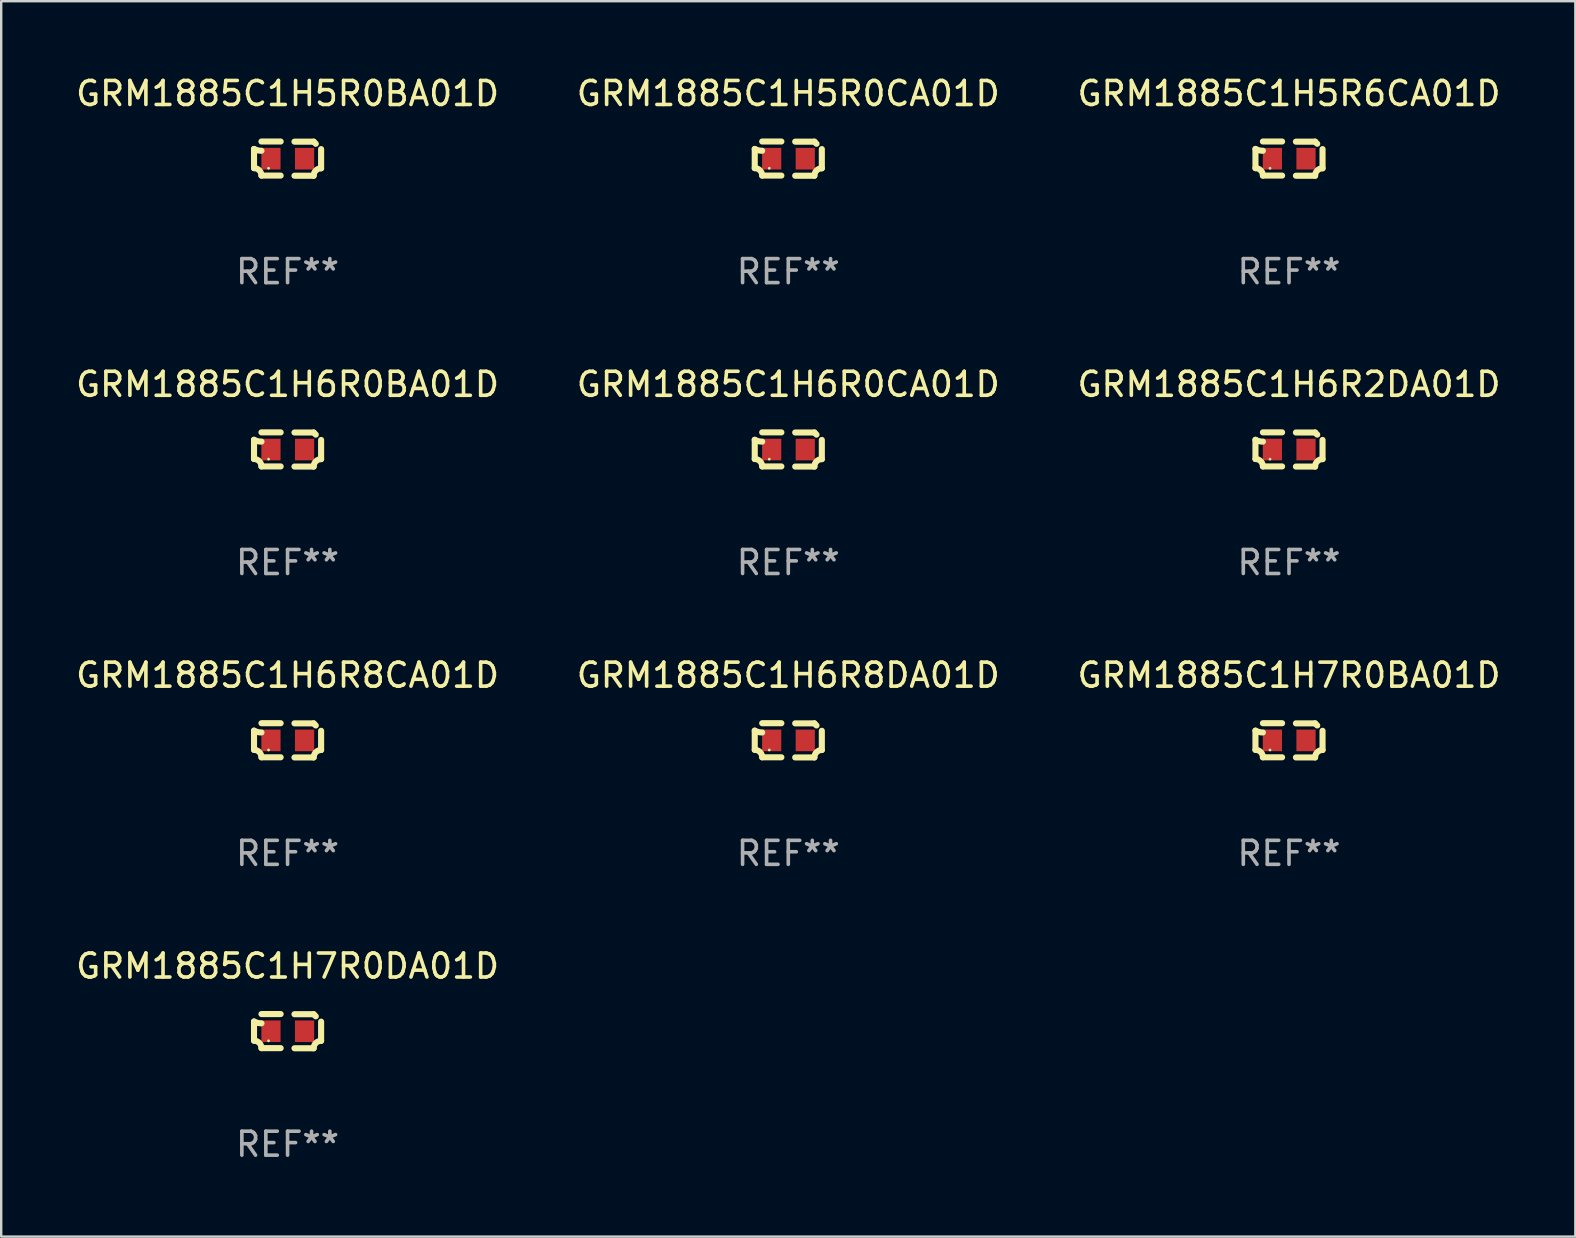
<source format=kicad_pcb>
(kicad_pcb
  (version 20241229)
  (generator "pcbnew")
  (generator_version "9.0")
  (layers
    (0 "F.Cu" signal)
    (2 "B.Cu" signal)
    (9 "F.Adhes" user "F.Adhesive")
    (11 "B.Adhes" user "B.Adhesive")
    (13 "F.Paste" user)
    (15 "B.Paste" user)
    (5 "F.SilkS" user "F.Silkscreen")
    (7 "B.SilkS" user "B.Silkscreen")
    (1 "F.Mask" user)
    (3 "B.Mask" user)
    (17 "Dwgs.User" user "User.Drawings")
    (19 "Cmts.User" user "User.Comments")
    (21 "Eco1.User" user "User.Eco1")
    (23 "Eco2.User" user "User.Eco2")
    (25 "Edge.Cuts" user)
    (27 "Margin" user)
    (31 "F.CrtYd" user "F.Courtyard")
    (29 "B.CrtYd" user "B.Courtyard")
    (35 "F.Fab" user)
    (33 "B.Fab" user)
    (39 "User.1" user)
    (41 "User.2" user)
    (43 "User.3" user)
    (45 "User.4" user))
  (footprint "GRM1885C1H6R0BA01D"
    (layer "F.Cu")
    (at 8.935 15.683)
    (property "Reference" "GRM1885C1H6R0BA01D" (at 0 -2.713 0) (layer "F.SilkS") (effects (font (size 1 1) (thickness 0.15))))
    (attr through_hole)
    (fp_line (start -1.398 -0.403) (end -1.398 0.397) (stroke (width 0.254) (type solid)) (layer "F.SilkS"))
    (fp_line (start -0.288 -0.713) (end -1.088 -0.713) (stroke (width 0.254) (type solid)) (layer "F.SilkS"))
    (fp_line (start -0.288 0.707) (end -1.088 0.707) (stroke (width 0.254) (type solid)) (layer "F.SilkS"))
    (fp_line (start 0.288 -0.707) (end 1.088 -0.707) (stroke (width 0.254) (type solid)) (layer "F.SilkS"))
    (fp_line (start 0.288 0.713) (end 1.088 0.713) (stroke (width 0.254) (type solid)) (layer "F.SilkS"))
    (fp_line (start 1.398 -0.397) (end 1.398 0.403) (stroke (width 0.254) (type solid)) (layer "F.SilkS"))
    (fp_arc (start -1.397789 0.397066) (mid -1.178701 0.487826) (end -1.08796 0.706922) (stroke (width 0.254001) (type solid)) (layer "F.SilkS"))
    (fp_arc (start -1.08796 -0.327176) (mid -1.247436 -0.346384) (end -1.39779 -0.402908) (stroke (width 0.254001) (type solid)) (layer "F.SilkS"))
    (fp_arc (start 1.087909 0.712738) (mid 1.178656 0.493655) (end 1.397739 0.402908) (stroke (width 0.254001) (type solid)) (layer "F.SilkS"))
    (fp_arc (start 1.175925 -0.618926) (mid 1.131917 -0.662923) (end 1.08791 -0.706922) (stroke (width 0.254001) (type solid)) (layer "F.SilkS"))
    (fp_circle (center -0.792 0.403) (end -0.762 0.403) (stroke (width 0.06) (type solid)) (fill no) (layer "F.SilkS"))
    (fp_text user "REF**" (at 0 4.713 0) (layer "F.Fab") (effects (font (size 1 1) (thickness 0.15))))
    (pad "1" smd rect (at -0.692 0.003) (size 0.8 0.9) (layers "F.Cu" "F.Mask" "F.Paste"))
    (pad "2" smd rect (at 0.708 0.003) (size 0.8 0.9) (layers "F.Cu" "F.Mask" "F.Paste")))
  (footprint "GRM1885C1H6R2DA01D"
    (layer "F.Cu")
    (at 50.673 15.683)
    (property "Reference" "GRM1885C1H6R2DA01D" (at 0 -2.713 0) (layer "F.SilkS") (effects (font (size 1 1) (thickness 0.15))))
    (attr through_hole)
    (fp_line (start -1.398 -0.403) (end -1.398 0.397) (stroke (width 0.254) (type solid)) (layer "F.SilkS"))
    (fp_line (start -0.288 -0.713) (end -1.088 -0.713) (stroke (width 0.254) (type solid)) (layer "F.SilkS"))
    (fp_line (start -0.288 0.707) (end -1.088 0.707) (stroke (width 0.254) (type solid)) (layer "F.SilkS"))
    (fp_line (start 0.288 -0.707) (end 1.088 -0.707) (stroke (width 0.254) (type solid)) (layer "F.SilkS"))
    (fp_line (start 0.288 0.713) (end 1.088 0.713) (stroke (width 0.254) (type solid)) (layer "F.SilkS"))
    (fp_line (start 1.398 -0.397) (end 1.398 0.403) (stroke (width 0.254) (type solid)) (layer "F.SilkS"))
    (fp_arc (start -1.397789 0.397066) (mid -1.178701 0.487826) (end -1.08796 0.706922) (stroke (width 0.254001) (type solid)) (layer "F.SilkS"))
    (fp_arc (start -1.08796 -0.327176) (mid -1.247436 -0.346384) (end -1.39779 -0.402908) (stroke (width 0.254001) (type solid)) (layer "F.SilkS"))
    (fp_arc (start 1.087909 0.712738) (mid 1.178656 0.493655) (end 1.397739 0.402908) (stroke (width 0.254001) (type solid)) (layer "F.SilkS"))
    (fp_arc (start 1.175925 -0.618926) (mid 1.131917 -0.662923) (end 1.08791 -0.706922) (stroke (width 0.254001) (type solid)) (layer "F.SilkS"))
    (fp_circle (center -0.792 0.403) (end -0.762 0.403) (stroke (width 0.06) (type solid)) (fill no) (layer "F.SilkS"))
    (fp_text user "REF**" (at 0 4.713 0) (layer "F.Fab") (effects (font (size 1 1) (thickness 0.15))))
    (pad "1" smd rect (at -0.692 0.003) (size 0.8 0.9) (layers "F.Cu" "F.Mask" "F.Paste"))
    (pad "2" smd rect (at 0.708 0.003) (size 0.8 0.9) (layers "F.Cu" "F.Mask" "F.Paste")))
  (footprint "GRM1885C1H7R0DA01D"
    (layer "F.Cu")
    (at 8.935 39.927)
    (property "Reference" "GRM1885C1H7R0DA01D" (at 0 -2.713 0) (layer "F.SilkS") (effects (font (size 1 1) (thickness 0.15))))
    (attr through_hole)
    (fp_line (start -1.398 -0.403) (end -1.398 0.397) (stroke (width 0.254) (type solid)) (layer "F.SilkS"))
    (fp_line (start -0.288 -0.713) (end -1.088 -0.713) (stroke (width 0.254) (type solid)) (layer "F.SilkS"))
    (fp_line (start -0.288 0.707) (end -1.088 0.707) (stroke (width 0.254) (type solid)) (layer "F.SilkS"))
    (fp_line (start 0.288 -0.707) (end 1.088 -0.707) (stroke (width 0.254) (type solid)) (layer "F.SilkS"))
    (fp_line (start 0.288 0.713) (end 1.088 0.713) (stroke (width 0.254) (type solid)) (layer "F.SilkS"))
    (fp_line (start 1.398 -0.397) (end 1.398 0.403) (stroke (width 0.254) (type solid)) (layer "F.SilkS"))
    (fp_arc (start -1.397789 0.397066) (mid -1.178701 0.487826) (end -1.08796 0.706922) (stroke (width 0.254001) (type solid)) (layer "F.SilkS"))
    (fp_arc (start -1.08796 -0.327176) (mid -1.247436 -0.346384) (end -1.39779 -0.402908) (stroke (width 0.254001) (type solid)) (layer "F.SilkS"))
    (fp_arc (start 1.087909 0.712738) (mid 1.178656 0.493655) (end 1.397739 0.402908) (stroke (width 0.254001) (type solid)) (layer "F.SilkS"))
    (fp_arc (start 1.175925 -0.618926) (mid 1.131917 -0.662923) (end 1.08791 -0.706922) (stroke (width 0.254001) (type solid)) (layer "F.SilkS"))
    (fp_circle (center -0.792 0.403) (end -0.762 0.403) (stroke (width 0.06) (type solid)) (fill no) (layer "F.SilkS"))
    (fp_text user "REF**" (at 0 4.713 0) (layer "F.Fab") (effects (font (size 1 1) (thickness 0.15))))
    (pad "1" smd rect (at -0.692 0.003) (size 0.8 0.9) (layers "F.Cu" "F.Mask" "F.Paste"))
    (pad "2" smd rect (at 0.708 0.003) (size 0.8 0.9) (layers "F.Cu" "F.Mask" "F.Paste")))
  (footprint "GRM1885C1H5R6CA01D"
    (layer "F.Cu")
    (at 50.673 3.561)
    (property "Reference" "GRM1885C1H5R6CA01D" (at 0 -2.713 0) (layer "F.SilkS") (effects (font (size 1 1) (thickness 0.15))))
    (attr through_hole)
    (fp_line (start -1.398 -0.403) (end -1.398 0.397) (stroke (width 0.254) (type solid)) (layer "F.SilkS"))
    (fp_line (start -0.288 -0.713) (end -1.088 -0.713) (stroke (width 0.254) (type solid)) (layer "F.SilkS"))
    (fp_line (start -0.288 0.707) (end -1.088 0.707) (stroke (width 0.254) (type solid)) (layer "F.SilkS"))
    (fp_line (start 0.288 -0.707) (end 1.088 -0.707) (stroke (width 0.254) (type solid)) (layer "F.SilkS"))
    (fp_line (start 0.288 0.713) (end 1.088 0.713) (stroke (width 0.254) (type solid)) (layer "F.SilkS"))
    (fp_line (start 1.398 -0.397) (end 1.398 0.403) (stroke (width 0.254) (type solid)) (layer "F.SilkS"))
    (fp_arc (start -1.397789 0.397066) (mid -1.178701 0.487826) (end -1.08796 0.706922) (stroke (width 0.254001) (type solid)) (layer "F.SilkS"))
    (fp_arc (start -1.08796 -0.327176) (mid -1.247436 -0.346384) (end -1.39779 -0.402908) (stroke (width 0.254001) (type solid)) (layer "F.SilkS"))
    (fp_arc (start 1.087909 0.712738) (mid 1.178656 0.493655) (end 1.397739 0.402908) (stroke (width 0.254001) (type solid)) (layer "F.SilkS"))
    (fp_arc (start 1.175925 -0.618926) (mid 1.131917 -0.662923) (end 1.08791 -0.706922) (stroke (width 0.254001) (type solid)) (layer "F.SilkS"))
    (fp_circle (center -0.792 0.403) (end -0.762 0.403) (stroke (width 0.06) (type solid)) (fill no) (layer "F.SilkS"))
    (fp_text user "REF**" (at 0 4.713 0) (layer "F.Fab") (effects (font (size 1 1) (thickness 0.15))))
    (pad "1" smd rect (at -0.692 0.003) (size 0.8 0.9) (layers "F.Cu" "F.Mask" "F.Paste"))
    (pad "2" smd rect (at 0.708 0.003) (size 0.8 0.9) (layers "F.Cu" "F.Mask" "F.Paste")))
  (footprint "GRM1885C1H7R0BA01D"
    (layer "F.Cu")
    (at 50.673 27.805)
    (property "Reference" "GRM1885C1H7R0BA01D" (at 0 -2.713 0) (layer "F.SilkS") (effects (font (size 1 1) (thickness 0.15))))
    (attr through_hole)
    (fp_line (start -1.398 -0.403) (end -1.398 0.397) (stroke (width 0.254) (type solid)) (layer "F.SilkS"))
    (fp_line (start -0.288 -0.713) (end -1.088 -0.713) (stroke (width 0.254) (type solid)) (layer "F.SilkS"))
    (fp_line (start -0.288 0.707) (end -1.088 0.707) (stroke (width 0.254) (type solid)) (layer "F.SilkS"))
    (fp_line (start 0.288 -0.707) (end 1.088 -0.707) (stroke (width 0.254) (type solid)) (layer "F.SilkS"))
    (fp_line (start 0.288 0.713) (end 1.088 0.713) (stroke (width 0.254) (type solid)) (layer "F.SilkS"))
    (fp_line (start 1.398 -0.397) (end 1.398 0.403) (stroke (width 0.254) (type solid)) (layer "F.SilkS"))
    (fp_arc (start -1.397789 0.397066) (mid -1.178701 0.487826) (end -1.08796 0.706922) (stroke (width 0.254001) (type solid)) (layer "F.SilkS"))
    (fp_arc (start -1.08796 -0.327176) (mid -1.247436 -0.346384) (end -1.39779 -0.402908) (stroke (width 0.254001) (type solid)) (layer "F.SilkS"))
    (fp_arc (start 1.087909 0.712738) (mid 1.178656 0.493655) (end 1.397739 0.402908) (stroke (width 0.254001) (type solid)) (layer "F.SilkS"))
    (fp_arc (start 1.175925 -0.618926) (mid 1.131917 -0.662923) (end 1.08791 -0.706922) (stroke (width 0.254001) (type solid)) (layer "F.SilkS"))
    (fp_circle (center -0.792 0.403) (end -0.762 0.403) (stroke (width 0.06) (type solid)) (fill no) (layer "F.SilkS"))
    (fp_text user "REF**" (at 0 4.713 0) (layer "F.Fab") (effects (font (size 1 1) (thickness 0.15))))
    (pad "1" smd rect (at -0.692 0.003) (size 0.8 0.9) (layers "F.Cu" "F.Mask" "F.Paste"))
    (pad "2" smd rect (at 0.708 0.003) (size 0.8 0.9) (layers "F.Cu" "F.Mask" "F.Paste")))
  (footprint "GRM1885C1H6R8DA01D"
    (layer "F.Cu")
    (at 29.804 27.805)
    (property "Reference" "GRM1885C1H6R8DA01D" (at 0 -2.713 0) (layer "F.SilkS") (effects (font (size 1 1) (thickness 0.15))))
    (attr through_hole)
    (fp_line (start -1.398 -0.403) (end -1.398 0.397) (stroke (width 0.254) (type solid)) (layer "F.SilkS"))
    (fp_line (start -0.288 -0.713) (end -1.088 -0.713) (stroke (width 0.254) (type solid)) (layer "F.SilkS"))
    (fp_line (start -0.288 0.707) (end -1.088 0.707) (stroke (width 0.254) (type solid)) (layer "F.SilkS"))
    (fp_line (start 0.288 -0.707) (end 1.088 -0.707) (stroke (width 0.254) (type solid)) (layer "F.SilkS"))
    (fp_line (start 0.288 0.713) (end 1.088 0.713) (stroke (width 0.254) (type solid)) (layer "F.SilkS"))
    (fp_line (start 1.398 -0.397) (end 1.398 0.403) (stroke (width 0.254) (type solid)) (layer "F.SilkS"))
    (fp_arc (start -1.397789 0.397066) (mid -1.178701 0.487826) (end -1.08796 0.706922) (stroke (width 0.254001) (type solid)) (layer "F.SilkS"))
    (fp_arc (start -1.08796 -0.327176) (mid -1.247436 -0.346384) (end -1.39779 -0.402908) (stroke (width 0.254001) (type solid)) (layer "F.SilkS"))
    (fp_arc (start 1.087909 0.712738) (mid 1.178656 0.493655) (end 1.397739 0.402908) (stroke (width 0.254001) (type solid)) (layer "F.SilkS"))
    (fp_arc (start 1.175925 -0.618926) (mid 1.131917 -0.662923) (end 1.08791 -0.706922) (stroke (width 0.254001) (type solid)) (layer "F.SilkS"))
    (fp_circle (center -0.792 0.403) (end -0.762 0.403) (stroke (width 0.06) (type solid)) (fill no) (layer "F.SilkS"))
    (fp_text user "REF**" (at 0 4.713 0) (layer "F.Fab") (effects (font (size 1 1) (thickness 0.15))))
    (pad "1" smd rect (at -0.692 0.003) (size 0.8 0.9) (layers "F.Cu" "F.Mask" "F.Paste"))
    (pad "2" smd rect (at 0.708 0.003) (size 0.8 0.9) (layers "F.Cu" "F.Mask" "F.Paste")))
  (footprint "GRM1885C1H5R0CA01D"
    (layer "F.Cu")
    (at 29.804 3.561)
    (property "Reference" "GRM1885C1H5R0CA01D" (at 0 -2.713 0) (layer "F.SilkS") (effects (font (size 1 1) (thickness 0.15))))
    (attr through_hole)
    (fp_line (start -1.398 -0.403) (end -1.398 0.397) (stroke (width 0.254) (type solid)) (layer "F.SilkS"))
    (fp_line (start -0.288 -0.713) (end -1.088 -0.713) (stroke (width 0.254) (type solid)) (layer "F.SilkS"))
    (fp_line (start -0.288 0.707) (end -1.088 0.707) (stroke (width 0.254) (type solid)) (layer "F.SilkS"))
    (fp_line (start 0.288 -0.707) (end 1.088 -0.707) (stroke (width 0.254) (type solid)) (layer "F.SilkS"))
    (fp_line (start 0.288 0.713) (end 1.088 0.713) (stroke (width 0.254) (type solid)) (layer "F.SilkS"))
    (fp_line (start 1.398 -0.397) (end 1.398 0.403) (stroke (width 0.254) (type solid)) (layer "F.SilkS"))
    (fp_arc (start -1.397789 0.397066) (mid -1.178701 0.487826) (end -1.08796 0.706922) (stroke (width 0.254001) (type solid)) (layer "F.SilkS"))
    (fp_arc (start -1.08796 -0.327176) (mid -1.247436 -0.346384) (end -1.39779 -0.402908) (stroke (width 0.254001) (type solid)) (layer "F.SilkS"))
    (fp_arc (start 1.087909 0.712738) (mid 1.178656 0.493655) (end 1.397739 0.402908) (stroke (width 0.254001) (type solid)) (layer "F.SilkS"))
    (fp_arc (start 1.175925 -0.618926) (mid 1.131917 -0.662923) (end 1.08791 -0.706922) (stroke (width 0.254001) (type solid)) (layer "F.SilkS"))
    (fp_circle (center -0.792 0.403) (end -0.762 0.403) (stroke (width 0.06) (type solid)) (fill no) (layer "F.SilkS"))
    (fp_text user "REF**" (at 0 4.713 0) (layer "F.Fab") (effects (font (size 1 1) (thickness 0.15))))
    (pad "1" smd rect (at -0.692 0.003) (size 0.8 0.9) (layers "F.Cu" "F.Mask" "F.Paste"))
    (pad "2" smd rect (at 0.708 0.003) (size 0.8 0.9) (layers "F.Cu" "F.Mask" "F.Paste")))
  (footprint "GRM1885C1H5R0BA01D"
    (layer "F.Cu")
    (at 8.935 3.561)
    (property "Reference" "GRM1885C1H5R0BA01D" (at 0 -2.713 0) (layer "F.SilkS") (effects (font (size 1 1) (thickness 0.15))))
    (attr through_hole)
    (fp_line (start -1.398 -0.403) (end -1.398 0.397) (stroke (width 0.254) (type solid)) (layer "F.SilkS"))
    (fp_line (start -0.288 -0.713) (end -1.088 -0.713) (stroke (width 0.254) (type solid)) (layer "F.SilkS"))
    (fp_line (start -0.288 0.707) (end -1.088 0.707) (stroke (width 0.254) (type solid)) (layer "F.SilkS"))
    (fp_line (start 0.288 -0.707) (end 1.088 -0.707) (stroke (width 0.254) (type solid)) (layer "F.SilkS"))
    (fp_line (start 0.288 0.713) (end 1.088 0.713) (stroke (width 0.254) (type solid)) (layer "F.SilkS"))
    (fp_line (start 1.398 -0.397) (end 1.398 0.403) (stroke (width 0.254) (type solid)) (layer "F.SilkS"))
    (fp_arc (start -1.397789 0.397066) (mid -1.178701 0.487826) (end -1.08796 0.706922) (stroke (width 0.254001) (type solid)) (layer "F.SilkS"))
    (fp_arc (start -1.08796 -0.327176) (mid -1.247436 -0.346384) (end -1.39779 -0.402908) (stroke (width 0.254001) (type solid)) (layer "F.SilkS"))
    (fp_arc (start 1.087909 0.712738) (mid 1.178656 0.493655) (end 1.397739 0.402908) (stroke (width 0.254001) (type solid)) (layer "F.SilkS"))
    (fp_arc (start 1.175925 -0.618926) (mid 1.131917 -0.662923) (end 1.08791 -0.706922) (stroke (width 0.254001) (type solid)) (layer "F.SilkS"))
    (fp_circle (center -0.792 0.403) (end -0.762 0.403) (stroke (width 0.06) (type solid)) (fill no) (layer "F.SilkS"))
    (fp_text user "REF**" (at 0 4.713 0) (layer "F.Fab") (effects (font (size 1 1) (thickness 0.15))))
    (pad "1" smd rect (at -0.692 0.003) (size 0.8 0.9) (layers "F.Cu" "F.Mask" "F.Paste"))
    (pad "2" smd rect (at 0.708 0.003) (size 0.8 0.9) (layers "F.Cu" "F.Mask" "F.Paste")))
  (footprint "GRM1885C1H6R8CA01D"
    (layer "F.Cu")
    (at 8.935 27.805)
    (property "Reference" "GRM1885C1H6R8CA01D" (at 0 -2.713 0) (layer "F.SilkS") (effects (font (size 1 1) (thickness 0.15))))
    (attr through_hole)
    (fp_line (start -1.398 -0.403) (end -1.398 0.397) (stroke (width 0.254) (type solid)) (layer "F.SilkS"))
    (fp_line (start -0.288 -0.713) (end -1.088 -0.713) (stroke (width 0.254) (type solid)) (layer "F.SilkS"))
    (fp_line (start -0.288 0.707) (end -1.088 0.707) (stroke (width 0.254) (type solid)) (layer "F.SilkS"))
    (fp_line (start 0.288 -0.707) (end 1.088 -0.707) (stroke (width 0.254) (type solid)) (layer "F.SilkS"))
    (fp_line (start 0.288 0.713) (end 1.088 0.713) (stroke (width 0.254) (type solid)) (layer "F.SilkS"))
    (fp_line (start 1.398 -0.397) (end 1.398 0.403) (stroke (width 0.254) (type solid)) (layer "F.SilkS"))
    (fp_arc (start -1.397789 0.397066) (mid -1.178701 0.487826) (end -1.08796 0.706922) (stroke (width 0.254001) (type solid)) (layer "F.SilkS"))
    (fp_arc (start -1.08796 -0.327176) (mid -1.247436 -0.346384) (end -1.39779 -0.402908) (stroke (width 0.254001) (type solid)) (layer "F.SilkS"))
    (fp_arc (start 1.087909 0.712738) (mid 1.178656 0.493655) (end 1.397739 0.402908) (stroke (width 0.254001) (type solid)) (layer "F.SilkS"))
    (fp_arc (start 1.175925 -0.618926) (mid 1.131917 -0.662923) (end 1.08791 -0.706922) (stroke (width 0.254001) (type solid)) (layer "F.SilkS"))
    (fp_circle (center -0.792 0.403) (end -0.762 0.403) (stroke (width 0.06) (type solid)) (fill no) (layer "F.SilkS"))
    (fp_text user "REF**" (at 0 4.713 0) (layer "F.Fab") (effects (font (size 1 1) (thickness 0.15))))
    (pad "1" smd rect (at -0.692 0.003) (size 0.8 0.9) (layers "F.Cu" "F.Mask" "F.Paste"))
    (pad "2" smd rect (at 0.708 0.003) (size 0.8 0.9) (layers "F.Cu" "F.Mask" "F.Paste")))
  (footprint "GRM1885C1H6R0CA01D"
    (layer "F.Cu")
    (at 29.804 15.683)
    (property "Reference" "GRM1885C1H6R0CA01D" (at 0 -2.713 0) (layer "F.SilkS") (effects (font (size 1 1) (thickness 0.15))))
    (attr through_hole)
    (fp_line (start -1.398 -0.403) (end -1.398 0.397) (stroke (width 0.254) (type solid)) (layer "F.SilkS"))
    (fp_line (start -0.288 -0.713) (end -1.088 -0.713) (stroke (width 0.254) (type solid)) (layer "F.SilkS"))
    (fp_line (start -0.288 0.707) (end -1.088 0.707) (stroke (width 0.254) (type solid)) (layer "F.SilkS"))
    (fp_line (start 0.288 -0.707) (end 1.088 -0.707) (stroke (width 0.254) (type solid)) (layer "F.SilkS"))
    (fp_line (start 0.288 0.713) (end 1.088 0.713) (stroke (width 0.254) (type solid)) (layer "F.SilkS"))
    (fp_line (start 1.398 -0.397) (end 1.398 0.403) (stroke (width 0.254) (type solid)) (layer "F.SilkS"))
    (fp_arc (start -1.397789 0.397066) (mid -1.178701 0.487826) (end -1.08796 0.706922) (stroke (width 0.254001) (type solid)) (layer "F.SilkS"))
    (fp_arc (start -1.08796 -0.327176) (mid -1.247436 -0.346384) (end -1.39779 -0.402908) (stroke (width 0.254001) (type solid)) (layer "F.SilkS"))
    (fp_arc (start 1.087909 0.712738) (mid 1.178656 0.493655) (end 1.397739 0.402908) (stroke (width 0.254001) (type solid)) (layer "F.SilkS"))
    (fp_arc (start 1.175925 -0.618926) (mid 1.131917 -0.662923) (end 1.08791 -0.706922) (stroke (width 0.254001) (type solid)) (layer "F.SilkS"))
    (fp_circle (center -0.792 0.403) (end -0.762 0.403) (stroke (width 0.06) (type solid)) (fill no) (layer "F.SilkS"))
    (fp_text user "REF**" (at 0 4.713 0) (layer "F.Fab") (effects (font (size 1 1) (thickness 0.15))))
    (pad "1" smd rect (at -0.692 0.003) (size 0.8 0.9) (layers "F.Cu" "F.Mask" "F.Paste"))
    (pad "2" smd rect (at 0.708 0.003) (size 0.8 0.9) (layers "F.Cu" "F.Mask" "F.Paste")))
  (gr_rect
    (start -3 -3)
    (end 62.607 48.488)
    (stroke (width 0.1) (type default))
    (fill no)
    (layer "Edge.Cuts")))
</source>
